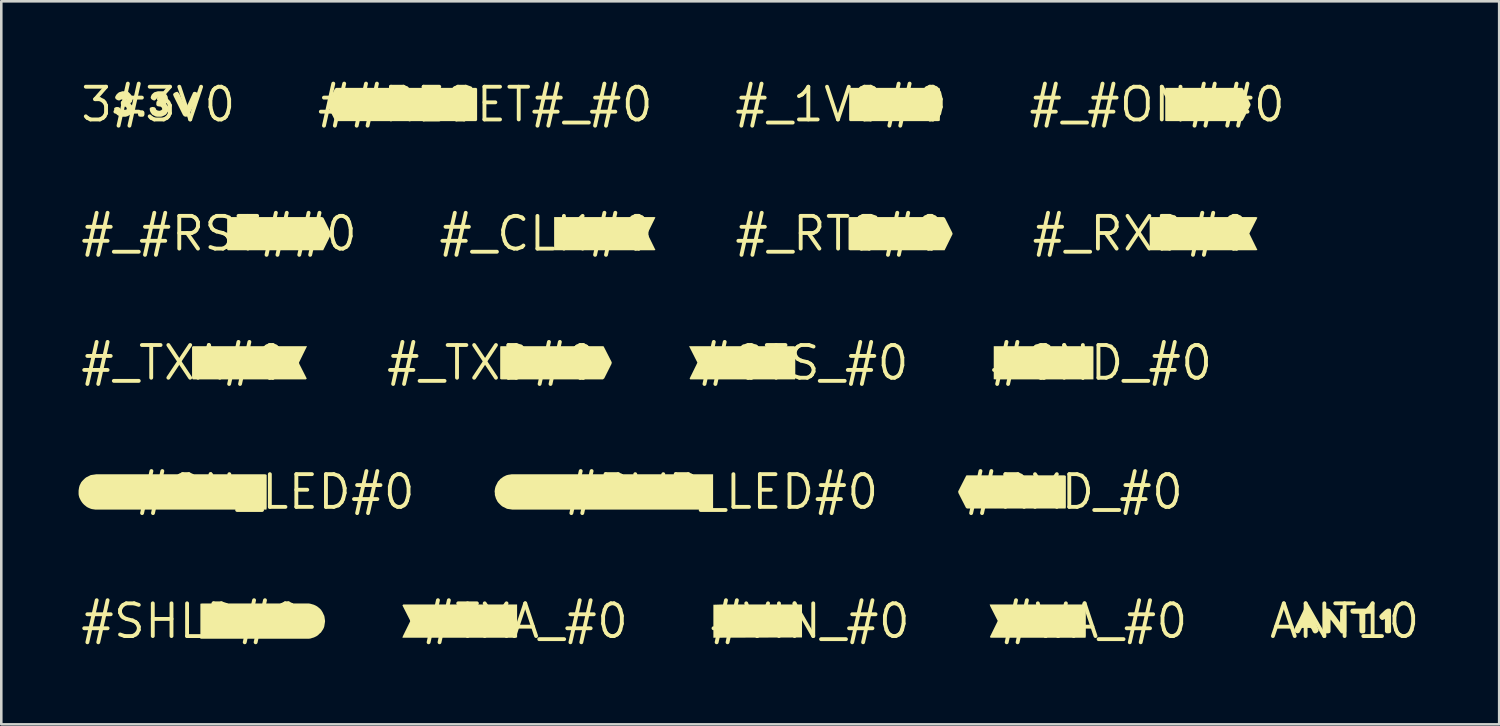
<source format=kicad_pcb>
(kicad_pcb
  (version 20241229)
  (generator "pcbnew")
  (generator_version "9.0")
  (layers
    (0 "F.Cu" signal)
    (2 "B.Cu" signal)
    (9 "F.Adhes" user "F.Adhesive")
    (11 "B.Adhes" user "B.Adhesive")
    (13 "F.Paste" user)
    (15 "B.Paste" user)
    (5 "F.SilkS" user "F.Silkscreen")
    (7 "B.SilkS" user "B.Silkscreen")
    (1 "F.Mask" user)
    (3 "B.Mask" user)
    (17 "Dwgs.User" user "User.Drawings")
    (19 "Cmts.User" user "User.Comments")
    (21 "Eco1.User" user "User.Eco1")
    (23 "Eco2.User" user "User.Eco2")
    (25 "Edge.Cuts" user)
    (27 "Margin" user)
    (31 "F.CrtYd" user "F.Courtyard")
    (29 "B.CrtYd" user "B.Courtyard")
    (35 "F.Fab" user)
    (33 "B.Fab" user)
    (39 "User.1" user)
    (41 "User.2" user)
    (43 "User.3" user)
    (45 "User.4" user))
  (footprint "##RESET#_#0"
    (layer "F.Cu")
    (at 15.782 1.006)
    (property "Reference" "##RESET#_#0" (at 0 0 0) (layer "F.SilkS") (effects (font (size 1.27 1.27) (thickness 0.15))))
    (fp_poly (pts (xy -5.038 -0.105) (xy -4.986 -0.073) (xy -4.965 0.000114) (xy -4.986 0.063) (xy -5.038 0.095) (xy -5.1 0.105) (xy -5.235 0.105) (xy -5.235 -0.06) (xy -5.224 -0.115) (xy -5.1 -0.115)) (stroke (width 0) (type default)) (fill yes) (layer "F.SilkS"))
    (fp_poly (pts (xy -0.348 -0.645) (xy -0.315 -0.612) (xy -0.315 0.602) (xy -0.347 0.645) (xy -5.813 0.645) (xy -5.844 0.592) (xy -6.135 0.02) (xy -6.115 -0.042) (xy -5.834 -0.614) (xy -5.781 -0.645)) (stroke (width 0) (type default)) (fill yes) (layer "F.SilkS")))
  (footprint "#TXA_#0"
    (layer "F.Cu")
    (at 17.334 21.056)
    (property "Reference" "#TXA_#0" (at 0 0 0) (layer "F.SilkS") (effects (font (size 1.27 1.27) (thickness 0.15))))
    (fp_poly (pts (xy -1.556 -0.082) (xy -1.505 0.03) (xy -1.516 0.065) (xy -1.657 0.065) (xy -1.635 0.008) (xy -1.581 -0.121)) (stroke (width 0) (type default)) (fill yes) (layer "F.SilkS"))
    (fp_poly (pts (xy -0.315 -0.645) (xy -0.315 0.634) (xy -0.38 0.645) (xy -4.767 0.645) (xy -4.745 0.578) (xy -4.465 0.009) (xy -4.475 -0.038) (xy -4.766 -0.611) (xy -4.732 -0.645)) (stroke (width 0) (type default)) (fill yes) (layer "F.SilkS")))
  (footprint "#_RTS#0"
    (layer "F.Cu")
    (at 29.568 6.019)
    (property "Reference" "#_RTS#0" (at 0 0 0) (layer "F.SilkS") (effects (font (size 1.27 1.27) (thickness 0.15))))
    (fp_poly (pts (xy 1.464 -0.203) (xy 1.485 -0.14) (xy 1.475 -0.077) (xy 1.422 -0.035) (xy 1.36 -0.025) (xy 1.227 -0.025) (xy 1.215 -0.049) (xy 1.215 -0.245) (xy 1.412 -0.245)) (stroke (width 0) (type default)) (fill yes) (layer "F.SilkS"))
    (fp_poly (pts (xy 4.001 -0.645) (xy 4.054 -0.614) (xy 4.335 -0.052) (xy 4.355 0.01) (xy 4.043 0.645) (xy 0.358 0.645) (xy 0.315 0.613) (xy 0.315 -0.601) (xy 0.337 -0.645)) (stroke (width 0) (type default)) (fill yes) (layer "F.SilkS")))
  (footprint "3#3V0"
    (layer "F.Cu")
    (at 3.092 1.006)
    (property "Reference" "3#3V0" (at 0 0 0) (layer "F.SilkS") (effects (font (size 1.27 1.27) (thickness 0.15))))
    (fp_poly (pts (xy -0.556 0.257) (xy -0.535 0.309) (xy -0.535 0.391) (xy -0.556 0.454) (xy -0.609 0.475) (xy -0.701 0.475) (xy -0.764 0.454) (xy -0.785 0.391) (xy -0.785 0.319) (xy -0.764 0.256) (xy -0.701 0.225) (xy -0.609 0.225)) (stroke (width 0) (type default)) (fill yes) (layer "F.SilkS"))
    (fp_poly (pts (xy 0.794 -0.443) (xy 0.824 -0.403) (xy 1.064 0.126) (xy 1.078 0.133) (xy 1.356 -0.474) (xy 1.42 -0.495) (xy 1.482 -0.474) (xy 1.544 -0.423) (xy 1.565 -0.37) (xy 1.545 -0.298) (xy 1.184 0.423) (xy 1.132 0.465) (xy 1.06 0.475) (xy 0.997 0.454) (xy 0.956 0.403) (xy 0.595 -0.328) (xy 0.575 -0.391) (xy 0.606 -0.444) (xy 0.688 -0.485) (xy 0.752 -0.495)) (stroke (width 0) (type default)) (fill yes) (layer "F.SilkS"))
    (fp_poly (pts (xy 0.294 -0.413) (xy 0.334 -0.363) (xy 0.365 -0.302) (xy 0.375 -0.23) (xy 0.375 -0.159) (xy 0.344 -0.097) (xy 0.305 -0.058) (xy 0.305 -0.022) (xy 0.354 0.027) (xy 0.385 0.088) (xy 0.395 0.15) (xy 0.395 0.221) (xy 0.375 0.282) (xy 0.334 0.343) (xy 0.293 0.394) (xy 0.172 0.455) (xy 0.111 0.475) (xy -0.04 0.475) (xy -0.102 0.465) (xy -0.223 0.404) (xy -0.264 0.353) (xy -0.305 0.292) (xy -0.325 0.231) (xy -0.335 0.159) (xy -0.303 0.116) (xy -0.23 0.095) (xy -0.148 0.105) (xy -0.106 0.137) (xy -0.076 0.206) (xy -0.018 0.235) (xy 0.05 0.245) (xy 0.108 0.226) (xy 0.155 0.188) (xy 0.145 0.132) (xy 0.098 0.085) (xy 0.029 0.075) (xy -0.032 0.065) (xy -0.075 0.022) (xy -0.075 -0.071) (xy -0.054 -0.134) (xy -0.001 -0.155) (xy 0.079 -0.165) (xy 0.125 -0.183) (xy 0.125 -0.238) (xy 0.078 -0.275) (xy 0.011 -0.275) (xy -0.047 -0.246) (xy -0.086 -0.196) (xy -0.139 -0.155) (xy -0.202 -0.165) (xy -0.264 -0.206) (xy -0.295 -0.259) (xy -0.285 -0.311) (xy -0.254 -0.383) (xy -0.203 -0.434) (xy -0.152 -0.475) (xy -0.081 -0.495) (xy -0.011 -0.515) (xy 0.192 -0.515)) (stroke (width 0) (type default)) (fill yes) (layer "F.SilkS"))
    (fp_poly (pts (xy -1.086 -0.413) (xy -1.046 -0.363) (xy -1.015 -0.302) (xy -0.995 -0.23) (xy -1.005 -0.159) (xy -1.026 -0.097) (xy -1.075 -0.058) (xy -1.075 -0.022) (xy -1.026 0.027) (xy -0.985 0.088) (xy -0.975 0.15) (xy -0.985 0.221) (xy -1.005 0.282) (xy -1.036 0.343) (xy -1.087 0.394) (xy -1.138 0.424) (xy -1.198 0.455) (xy -1.269 0.475) (xy -1.41 0.475) (xy -1.482 0.465) (xy -1.542 0.434) (xy -1.593 0.404) (xy -1.644 0.353) (xy -1.685 0.292) (xy -1.705 0.231) (xy -1.715 0.159) (xy -1.683 0.116) (xy -1.61 0.095) (xy -1.528 0.105) (xy -1.486 0.137) (xy -1.456 0.206) (xy -1.398 0.235) (xy -1.33 0.245) (xy -1.263 0.226) (xy -1.225 0.188) (xy -1.225 0.132) (xy -1.272 0.085) (xy -1.351 0.075) (xy -1.402 0.065) (xy -1.445 0.022) (xy -1.455 -0.071) (xy -1.434 -0.134) (xy -1.381 -0.155) (xy -1.301 -0.165) (xy -1.245 -0.184) (xy -1.245 -0.238) (xy -1.292 -0.275) (xy -1.359 -0.275) (xy -1.417 -0.246) (xy -1.456 -0.196) (xy -1.509 -0.155) (xy -1.572 -0.165) (xy -1.644 -0.206) (xy -1.675 -0.259) (xy -1.665 -0.312) (xy -1.624 -0.383) (xy -1.573 -0.434) (xy -1.522 -0.475) (xy -1.451 -0.495) (xy -1.391 -0.515) (xy -1.188 -0.515)) (stroke (width 0) (type default)) (fill yes) (layer "F.SilkS")))
  (footprint "ANT10"
    (layer "F.Cu")
    (at 49.135 21.056)
    (property "Reference" "ANT10" (at 0 0 0) (layer "F.SilkS") (effects (font (size 1.27 1.27) (thickness 0.15))))
    (fp_poly (pts (xy 1.795 -0.453) (xy 1.805 -0.39) (xy 1.805 0.422) (xy 1.762 0.465) (xy 1.68 0.475) (xy 1.607 0.465) (xy 1.565 0.412) (xy 1.565 -0.058) (xy 1.549 -0.083) (xy 1.492 -0.045) (xy 1.438 -0.045) (xy 1.376 -0.097) (xy 1.345 -0.159) (xy 1.355 -0.212) (xy 1.406 -0.273) (xy 1.557 -0.414) (xy 1.607 -0.454) (xy 1.669 -0.485) (xy 1.741 -0.485)) (stroke (width 0) (type default)) (fill yes) (layer "F.SilkS"))
    (fp_poly (pts (xy 1.145 -0.453) (xy 1.145 -0.38) (xy 1.135 -0.317) (xy 1.071 -0.285) (xy 0.86 -0.285) (xy 0.805 -0.276) (xy 0.805 0.401) (xy 0.773 0.465) (xy 0.71 0.475) (xy 0.638 0.475) (xy 0.585 0.433) (xy 0.575 0.37) (xy 0.575 -0.249) (xy 0.557 -0.285) (xy 0.35 -0.285) (xy 0.278 -0.295) (xy 0.235 -0.338) (xy 0.225 -0.411) (xy 0.257 -0.475) (xy 0.33 -0.485) (xy 1.081 -0.485)) (stroke (width 0) (type default)) (fill yes) (layer "F.SilkS"))
    (fp_poly (pts (xy -1.397 -0.464) (xy -1.376 -0.432) (xy -1.015 0.318) (xy -1.005 0.371) (xy -1.036 0.423) (xy -1.108 0.475) (xy -1.172 0.475) (xy -1.224 0.433) (xy -1.284 0.303) (xy -1.322 0.265) (xy -1.657 0.265) (xy -1.716 0.382) (xy -1.746 0.444) (xy -1.809 0.475) (xy -1.872 0.465) (xy -1.944 0.413) (xy -1.965 0.36) (xy -1.945 0.298) (xy -1.614 -0.382) (xy -1.584 -0.443) (xy -1.532 -0.485) (xy -1.459 -0.495)) (stroke (width 0) (type default)) (fill yes) (layer "F.SilkS"))
    (fp_poly (pts (xy -0.567 -0.464) (xy -0.526 -0.413) (xy -0.316 -0.143) (xy -0.175 0.054) (xy -0.175 -0.33) (xy -0.165 -0.401) (xy -0.154 -0.464) (xy -0.081 -0.485) (xy -0.009 -0.485) (xy 0.044 -0.453) (xy 0.065 -0.391) (xy 0.065 0.422) (xy 0.022 0.465) (xy -0.06 0.475) (xy -0.132 0.475) (xy -0.184 0.413) (xy -0.537 -0.058) (xy -0.545 -0.01) (xy -0.545 0.401) (xy -0.566 0.454) (xy -0.629 0.475) (xy -0.722 0.475) (xy -0.765 0.432) (xy -0.775 0.37) (xy -0.775 -0.37) (xy -0.765 -0.443) (xy -0.712 -0.485) (xy -0.639 -0.485)) (stroke (width 0) (type default)) (fill yes) (layer "F.SilkS")))
  (footprint "#PWR_LED#0"
    (layer "F.Cu")
    (at 24.961 16.043)
    (property "Reference" "#PWR_LED#0" (at 0 0 0) (layer "F.SilkS") (effects (font (size 1.27 1.27) (thickness 0.15))))
    (fp_poly (pts (xy -7.628 -0.245) (xy -7.575 -0.203) (xy -7.565 -0.13) (xy -7.586 -0.057) (xy -7.638 -0.015) (xy -7.812 -0.015) (xy -7.845 -0.058) (xy -7.845 -0.19) (xy -7.834 -0.255) (xy -7.7 -0.255)) (stroke (width 0) (type default)) (fill yes) (layer "F.SilkS"))
    (fp_poly (pts (xy -5.228 -0.255) (xy -5.176 -0.213) (xy -5.155 -0.14) (xy -5.176 -0.077) (xy -5.228 -0.035) (xy -5.3 -0.025) (xy -5.434 -0.025) (xy -5.445 -0.059) (xy -5.445 -0.19) (xy -5.434 -0.265) (xy -5.3 -0.265)) (stroke (width 0) (type default)) (fill yes) (layer "F.SilkS"))
    (fp_poly (pts (xy -1.187 -0.224) (xy -1.127 -0.184) (xy -1.086 -0.132) (xy -1.065 -0.071) (xy -1.055 0) (xy -1.065 0.071) (xy -1.086 0.133) (xy -1.137 0.184) (xy -1.187 0.224) (xy -1.208 0.245) (xy -1.414 0.245) (xy -1.425 0.19) (xy -1.425 -0.222) (xy -1.392 -0.255) (xy -1.249 -0.255)) (stroke (width 0) (type default)) (fill yes) (layer "F.SilkS"))
    (fp_poly (pts (xy -0.335 -0.685) (xy -0.335 0.685) (xy -8.13 0.685) (xy -8.191 0.675) (xy -8.261 0.665) (xy -8.332 0.655) (xy -8.513 0.564) (xy -8.563 0.524) (xy -8.614 0.474) (xy -8.664 0.423) (xy -8.704 0.373) (xy -8.765 0.252) (xy -8.785 0.181) (xy -8.805 0.121) (xy -8.805 0.05) (xy -8.815 -0.02) (xy -8.805 -0.091) (xy -8.795 -0.151) (xy -8.775 -0.222) (xy -8.684 -0.403) (xy -8.634 -0.453) (xy -8.593 -0.504) (xy -8.533 -0.544) (xy -8.483 -0.584) (xy -8.362 -0.645) (xy -8.291 -0.665) (xy -8.221 -0.675) (xy -8.16 -0.685)) (stroke (width 0) (type default)) (fill yes) (layer "F.SilkS")))
  (footprint "#_RXD#0"
    (layer "F.Cu")
    (at 41.255 6.019)
    (property "Reference" "#_RXD#0" (at 0 0 0) (layer "F.SilkS") (effects (font (size 1.27 1.27) (thickness 0.15))))
    (fp_poly (pts (xy 1.454 -0.214) (xy 1.485 -0.161) (xy 1.475 -0.088) (xy 1.433 -0.035) (xy 1.37 -0.025) (xy 1.215 -0.025) (xy 1.215 -0.223) (xy 1.269 -0.245) (xy 1.391 -0.245)) (stroke (width 0) (type default)) (fill yes) (layer "F.SilkS"))
    (fp_poly (pts (xy 4.451 -0.645) (xy 4.497 -0.622) (xy 4.205 -0.048) (xy 4.185 -0.00021) (xy 4.497 0.634) (xy 4.44 0.645) (xy 0.37 0.645) (xy 0.315 0.634) (xy 0.315 -0.58) (xy 0.326 -0.645)) (stroke (width 0) (type default)) (fill yes) (layer "F.SilkS"))
    (fp_poly (pts (xy 3.382 -0.214) (xy 3.433 -0.174) (xy 3.474 -0.133) (xy 3.505 -0.072) (xy 3.515 0.000059) (xy 3.505 0.062) (xy 3.474 0.123) (xy 3.434 0.173) (xy 3.393 0.215) (xy 3.301 0.235) (xy 3.177 0.235) (xy 3.155 0.181) (xy 3.155 -0.202) (xy 3.188 -0.235) (xy 3.321 -0.235)) (stroke (width 0) (type default)) (fill yes) (layer "F.SilkS")))
  (footprint "#_#ON##0"
    (layer "F.Cu")
    (at 41.859 1.006)
    (property "Reference" "#_#ON##0" (at 0 0 0) (layer "F.SilkS") (effects (font (size 1.27 1.27) (thickness 0.15))))
    (fp_poly (pts (xy 3.302 -0.645) (xy 3.344 -0.593) (xy 3.625 -0.021) (xy 3.625 0.031) (xy 3.334 0.603) (xy 3.292 0.645) (xy 0.37 0.645) (xy 0.315 0.634) (xy 0.315 -0.58) (xy 0.326 -0.645)) (stroke (width 0) (type default)) (fill yes) (layer "F.SilkS"))
    (fp_poly (pts (xy 1.471 -0.125) (xy 1.522 -0.104) (xy 1.583 -0.064) (xy 1.624 -0.023) (xy 1.645 0.039) (xy 1.655 0.1) (xy 1.655 0.171) (xy 1.634 0.232) (xy 1.594 0.284) (xy 1.543 0.324) (xy 1.482 0.355) (xy 1.42 0.365) (xy 1.358 0.355) (xy 1.307 0.324) (xy 1.257 0.284) (xy 1.206 0.233) (xy 1.195 0.211) (xy 1.195 0.079) (xy 1.215 0.018) (xy 1.236 -0.033) (xy 1.287 -0.084) (xy 1.338 -0.115) (xy 1.4 -0.135)) (stroke (width 0) (type default)) (fill yes) (layer "F.SilkS")))
  (footprint "#CTS_#0"
    (layer "F.Cu")
    (at 28.131 11.031)
    (property "Reference" "#CTS_#0" (at 0 0 0) (layer "F.SilkS") (effects (font (size 1.27 1.27) (thickness 0.15))))
    (fp_poly (pts (xy -0.369 -0.645) (xy -0.315 -0.623) (xy -0.315 0.58) (xy -0.326 0.645) (xy -4.393 0.645) (xy -4.416 0.61) (xy -4.135 0.038) (xy -4.115 -0.01) (xy -4.438 -0.645)) (stroke (width 0) (type default)) (fill yes) (layer "F.SilkS")))
  (footprint "#_1V8#0"
    (layer "F.Cu")
    (at 29.592 1.006)
    (property "Reference" "#_1V8#0" (at 0 0 0) (layer "F.SilkS") (effects (font (size 1.27 1.27) (thickness 0.15))))
    (fp_poly (pts (xy 3.104 -0.254) (xy 3.115 -0.23) (xy 3.094 -0.166) (xy 3.03 -0.145) (xy 2.966 -0.156) (xy 2.945 -0.221) (xy 2.977 -0.275) (xy 3.051 -0.285)) (stroke (width 0) (type default)) (fill yes) (layer "F.SilkS"))
    (fp_poly (pts (xy 3.813 -0.645) (xy 3.835 -0.591) (xy 3.835 0.623) (xy 3.781 0.645) (xy 0.348 0.645) (xy 0.315 0.612) (xy 0.315 -0.602) (xy 0.347 -0.645)) (stroke (width 0) (type default)) (fill yes) (layer "F.SilkS"))
    (fp_poly (pts (xy 3.093 0.055) (xy 3.135 0.108) (xy 3.135 0.171) (xy 3.103 0.225) (xy 3.03 0.235) (xy 2.968 0.235) (xy 2.925 0.182) (xy 2.925 0.119) (xy 2.957 0.066) (xy 3.02 0.045)) (stroke (width 0) (type default)) (fill yes) (layer "F.SilkS")))
  (footprint "#VIN_#0"
    (layer "F.Cu")
    (at 28.392 21.056)
    (property "Reference" "#VIN_#0" (at 0 0 0) (layer "F.SilkS") (effects (font (size 1.27 1.27) (thickness 0.15))))
    (fp_poly (pts (xy -3.437 -0.645) (xy -0.315 -0.645) (xy -0.315 0.635) (xy -3.755 0.645) (xy -3.755 -0.635) (xy -3.437 -0.645)) (stroke (width 0) (type default)) (fill yes) (layer "F.SilkS")))
  (footprint "#_TXA#0"
    (layer "F.Cu")
    (at 4.089 11.031)
    (property "Reference" "#_TXA#0" (at 0 0 0) (layer "F.SilkS") (effects (font (size 1.27 1.27) (thickness 0.15))))
    (fp_poly (pts (xy 3.525 -0.082) (xy 3.585 0.03) (xy 3.574 0.065) (xy 3.433 0.065) (xy 3.455 0.008) (xy 3.511 -0.124)) (stroke (width 0) (type default)) (fill yes) (layer "F.SilkS"))
    (fp_poly (pts (xy 4.778 -0.645) (xy 4.744 -0.578) (xy 4.744 -0.578) (xy 4.465 -0.009) (xy 4.475 0.038) (xy 4.766 0.611) (xy 4.732 0.645) (xy 0.347 0.645) (xy 0.315 0.602) (xy 0.315 -0.612) (xy 0.348 -0.645)) (stroke (width 0) (type default)) (fill yes) (layer "F.SilkS")))
  (footprint "#WA_#0"
    (layer "F.Cu")
    (at 39.407 21.056)
    (property "Reference" "#WA_#0" (at 0 0 0) (layer "F.SilkS") (effects (font (size 1.27 1.27) (thickness 0.15))))
    (fp_poly (pts (xy -1.494 0.042) (xy -1.528 0.065) (xy -1.658 0.065) (xy -1.604 -0.053) (xy -1.558 -0.088)) (stroke (width 0) (type default)) (fill yes) (layer "F.SilkS"))
    (fp_poly (pts (xy -0.369 -0.645) (xy -0.315 -0.623) (xy -0.315 0.58) (xy -0.326 0.645) (xy -4.013 0.645) (xy -4.036 0.61) (xy -3.755 0.038) (xy -3.735 -0.01) (xy -4.025 -0.578) (xy -4.047 -0.645)) (stroke (width 0) (type default)) (fill yes) (layer "F.SilkS")))
  (footprint "#GND_#0"
    (layer "F.Cu")
    (at 39.703 11.031)
    (property "Reference" "#GND_#0" (at 0 0 0) (layer "F.SilkS") (effects (font (size 1.27 1.27) (thickness 0.15))))
    (fp_poly (pts (xy -0.38 -0.645) (xy -0.315 -0.634) (xy -0.315 0.645) (xy -4.12 0.645) (xy -4.185 0.634) (xy -4.185 -0.645)) (stroke (width 0) (type default)) (fill yes) (layer "F.SilkS"))
    (fp_poly (pts (xy -1.428 -0.214) (xy -1.376 -0.174) (xy -1.336 -0.122) (xy -1.315 -0.061) (xy -1.305 0) (xy -1.315 0.061) (xy -1.336 0.122) (xy -1.376 0.174) (xy -1.427 0.214) (xy -1.448 0.235) (xy -1.644 0.235) (xy -1.655 0.17) (xy -1.655 -0.213) (xy -1.611 -0.235) (xy -1.489 -0.235)) (stroke (width 0) (type default)) (fill yes) (layer "F.SilkS")))
  (footprint "#_#RST##0"
    (layer "F.Cu")
    (at 5.45 6.019)
    (property "Reference" "#_#RST##0" (at 0 0 0) (layer "F.SilkS") (effects (font (size 1.27 1.27) (thickness 0.15))))
    (fp_poly (pts (xy 1.464 -0.073) (xy 1.485 -0.01) (xy 1.464 0.063) (xy 1.412 0.095) (xy 1.35 0.105) (xy 1.226 0.105) (xy 1.215 0.071) (xy 1.215 -0.115) (xy 1.412 -0.115)) (stroke (width 0) (type default)) (fill yes) (layer "F.SilkS"))
    (fp_poly (pts (xy 4.001 -0.645) (xy 4.054 -0.614) (xy 4.335 -0.042) (xy 4.355 0.01) (xy 4.074 0.582) (xy 4.043 0.645) (xy 0.348 0.645) (xy 0.315 0.612) (xy 0.315 -0.602) (xy 0.347 -0.645)) (stroke (width 0) (type default)) (fill yes) (layer "F.SilkS")))
  (footprint "#RXD_#0"
    (layer "F.Cu")
    (at 38.632 16.043)
    (property "Reference" "#RXD_#0" (at 0 0 0) (layer "F.SilkS") (effects (font (size 1.27 1.27) (thickness 0.15))))
    (fp_poly (pts (xy -3.356 -0.214) (xy -3.335 -0.161) (xy -3.335 -0.088) (xy -3.377 -0.035) (xy -3.44 -0.025) (xy -3.595 -0.025) (xy -3.595 -0.223) (xy -3.551 -0.245) (xy -3.419 -0.245)) (stroke (width 0) (type default)) (fill yes) (layer "F.SilkS"))
    (fp_poly (pts (xy -0.369 -0.645) (xy -0.315 -0.623) (xy -0.315 0.59) (xy -0.326 0.645) (xy -4.152 0.645) (xy -4.194 0.613) (xy -4.485 0.042) (xy -4.495 -0.021) (xy -4.204 -0.592) (xy -4.173 -0.645)) (stroke (width 0) (type default)) (fill yes) (layer "F.SilkS"))
    (fp_poly (pts (xy -1.428 -0.214) (xy -1.377 -0.174) (xy -1.336 -0.133) (xy -1.315 -0.071) (xy -1.305 0.000059) (xy -1.315 0.061) (xy -1.336 0.123) (xy -1.376 0.164) (xy -1.427 0.215) (xy -1.509 0.235) (xy -1.644 0.235) (xy -1.655 0.18) (xy -1.655 -0.202) (xy -1.622 -0.235) (xy -1.489 -0.235)) (stroke (width 0) (type default)) (fill yes) (layer "F.SilkS")))
  (footprint "#_TXD#0"
    (layer "F.Cu")
    (at 16.048 11.031)
    (property "Reference" "#_TXD#0" (at 0 0 0) (layer "F.SilkS") (effects (font (size 1.27 1.27) (thickness 0.15))))
    (fp_poly (pts (xy 4.323 -0.645) (xy 4.354 -0.592) (xy 4.645 -0.021) (xy 4.635 0.042) (xy 4.354 0.603) (xy 4.302 0.645) (xy 0.359 0.645) (xy 0.315 0.623) (xy 0.315 -0.59) (xy 0.326 -0.645)) (stroke (width 0) (type default)) (fill yes) (layer "F.SilkS"))
    (fp_poly (pts (xy 3.532 -0.214) (xy 3.593 -0.174) (xy 3.634 -0.123) (xy 3.655 -0.071) (xy 3.665 0.000059) (xy 3.655 0.062) (xy 3.624 0.123) (xy 3.584 0.173) (xy 3.544 0.214) (xy 3.522 0.235) (xy 3.327 0.235) (xy 3.305 0.181) (xy 3.305 -0.203) (xy 3.348 -0.235) (xy 3.481 -0.235)) (stroke (width 0) (type default)) (fill yes) (layer "F.SilkS")))
  (footprint "#_CLK#0"
    (layer "F.Cu")
    (at 18.141 6.019)
    (property "Reference" "#_CLK#0" (at 0 0 0) (layer "F.SilkS") (effects (font (size 1.27 1.27) (thickness 0.15))))
    (fp_poly (pts (xy 4.201 -0.645) (xy 4.247 -0.633) (xy 3.936 0) (xy 4.247 0.633) (xy 4.201 0.645) (xy 0.315 0.645) (xy 0.315 -0.645)) (stroke (width 0) (type default)) (fill yes) (layer "F.SilkS")))
  (footprint "#ON_LED#0"
    (layer "F.Cu")
    (at 7.635 16.043)
    (property "Reference" "#ON_LED#0" (at 0 0 0) (layer "F.SilkS") (effects (font (size 1.27 1.27) (thickness 0.15))))
    (fp_poly (pts (xy -1.187 -0.224) (xy -1.127 -0.184) (xy -1.086 -0.133) (xy -1.055 -0.071) (xy -1.055 0.000355) (xy -1.065 0.071) (xy -1.086 0.133) (xy -1.136 0.184) (xy -1.187 0.234) (xy -1.209 0.245) (xy -1.414 0.245) (xy -1.425 0.19) (xy -1.425 -0.223) (xy -1.382 -0.255) (xy -1.249 -0.255)) (stroke (width 0) (type default)) (fill yes) (layer "F.SilkS"))
    (fp_poly (pts (xy -6.358 -0.255) (xy -6.297 -0.214) (xy -6.246 -0.163) (xy -6.215 -0.102) (xy -6.205 -0.03) (xy -6.205 0.041) (xy -6.225 0.102) (xy -6.266 0.163) (xy -6.317 0.204) (xy -6.378 0.235) (xy -6.45 0.245) (xy -6.511 0.245) (xy -6.573 0.214) (xy -6.633 0.164) (xy -6.674 0.124) (xy -6.695 0.102) (xy -6.695 -0.04) (xy -6.685 -0.102) (xy -6.654 -0.163) (xy -6.603 -0.214) (xy -6.552 -0.255) (xy -6.481 -0.275) (xy -6.419 -0.275)) (stroke (width 0) (type default)) (fill yes) (layer "F.SilkS"))
    (fp_poly (pts (xy -6.957 -0.685) (xy -0.389 -0.685) (xy -0.335 -0.663) (xy -0.335 0.62) (xy -0.346 0.685) (xy -6.99 0.685) (xy -7.051 0.675) (xy -7.121 0.665) (xy -7.182 0.645) (xy -7.252 0.615) (xy -7.313 0.584) (xy -7.363 0.544) (xy -7.413 0.504) (xy -7.464 0.453) (xy -7.504 0.403) (xy -7.544 0.343) (xy -7.605 0.222) (xy -7.625 0.151) (xy -7.635 0.09) (xy -7.635 -0.05) (xy -7.625 -0.121) (xy -7.615 -0.181) (xy -7.595 -0.252) (xy -7.534 -0.373) (xy -7.494 -0.423) (xy -7.444 -0.474) (xy -7.393 -0.524) (xy -7.343 -0.564) (xy -7.162 -0.655) (xy -7.091 -0.665) (xy -7.021 -0.675) (xy -6.958 -0.685)) (stroke (width 0) (type default)) (fill yes) (layer "F.SilkS")))
  (footprint "#SHLD#0"
    (layer "F.Cu")
    (at 4.392 21.056)
    (property "Reference" "#SHLD#0" (at 0 0 0) (layer "F.SilkS") (effects (font (size 1.27 1.27) (thickness 0.15))))
    (fp_poly (pts (xy 3.983 -0.224) (xy 4.033 -0.184) (xy 4.084 -0.133) (xy 4.105 -0.071) (xy 4.115 0) (xy 4.105 0.071) (xy 4.084 0.133) (xy 4.033 0.184) (xy 3.983 0.224) (xy 3.962 0.245) (xy 3.756 0.245) (xy 3.745 0.19) (xy 3.745 -0.222) (xy 3.778 -0.255) (xy 3.921 -0.255)) (stroke (width 0) (type default)) (fill yes) (layer "F.SilkS"))
    (fp_poly (pts (xy 4.54 -0.685) (xy 4.601 -0.675) (xy 4.671 -0.655) (xy 4.742 -0.635) (xy 4.863 -0.574) (xy 4.913 -0.534) (xy 4.963 -0.494) (xy 5.014 -0.443) (xy 5.054 -0.383) (xy 5.084 -0.332) (xy 5.115 -0.262) (xy 5.145 -0.202) (xy 5.155 -0.141) (xy 5.165 -0.071) (xy 5.175 0) (xy 5.165 0.071) (xy 5.155 0.131) (xy 5.145 0.201) (xy 5.125 0.262) (xy 5.094 0.323) (xy 5.054 0.383) (xy 5.014 0.443) (xy 4.963 0.484) (xy 4.913 0.534) (xy 4.863 0.574) (xy 4.742 0.635) (xy 4.671 0.655) (xy 4.611 0.675) (xy 4.54 0.685) (xy 0.335 0.685) (xy 0.335 -0.674) (xy 0.4 -0.685)) (stroke (width 0) (type default)) (fill yes) (layer "F.SilkS")))
  (gr_rect
    (start -3 -3)
    (end 55.135 25.062)
    (stroke (width 0.1) (type default))
    (fill no)
    (layer "Edge.Cuts")))
</source>
